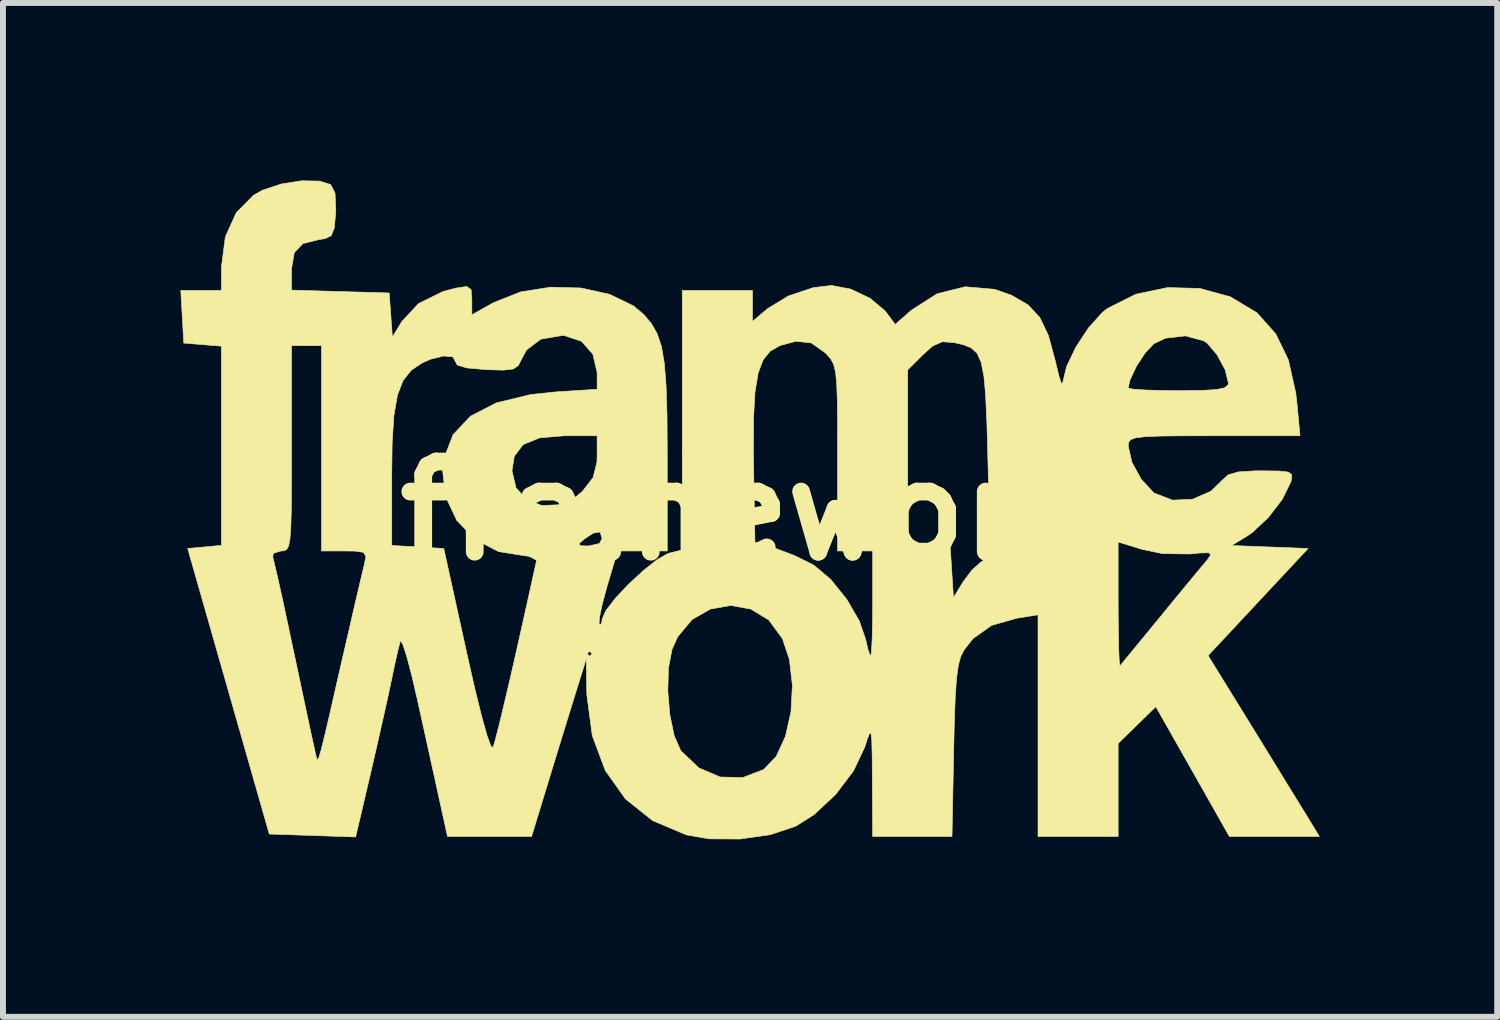
<source format=kicad_pcb>
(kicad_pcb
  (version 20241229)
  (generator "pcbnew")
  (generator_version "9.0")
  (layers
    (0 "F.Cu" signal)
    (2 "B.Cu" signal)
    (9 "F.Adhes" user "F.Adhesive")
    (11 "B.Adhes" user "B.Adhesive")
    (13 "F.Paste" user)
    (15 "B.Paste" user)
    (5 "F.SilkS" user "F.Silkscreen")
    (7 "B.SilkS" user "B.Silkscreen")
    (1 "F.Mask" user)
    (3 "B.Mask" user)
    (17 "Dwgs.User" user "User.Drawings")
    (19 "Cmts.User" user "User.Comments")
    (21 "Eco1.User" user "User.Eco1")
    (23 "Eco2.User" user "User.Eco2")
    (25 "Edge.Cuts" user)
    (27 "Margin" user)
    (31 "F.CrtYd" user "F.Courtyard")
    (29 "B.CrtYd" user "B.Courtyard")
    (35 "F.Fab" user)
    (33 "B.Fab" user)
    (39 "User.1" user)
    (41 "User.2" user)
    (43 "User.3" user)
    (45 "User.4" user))
  (footprint "framework"
    (layer "F.Cu")
    (at 9.581 5.584)
    (property "Reference" "framework" (at 0 0 180) (layer "F.SilkS") (effects (font (size 1.524 1.524) (thickness 0.3))))
    (attr through_hole)
    (fp_poly (pts (xy -7.227 -5.573) (xy -7.043 -5.515) (xy -6.969 -5.37) (xy -6.956 -5.072) (xy -6.959 -5.029) (xy -6.982 -4.78) (xy -7.032 -4.653) (xy -7.137 -4.601) (xy -7.239 -4.586) (xy -7.513 -4.517) (xy -7.658 -4.365) (xy -7.704 -4.095) (xy -7.705 -4.057) (xy -7.705 -3.731) (xy -6.054 -3.683) (xy -6.027 -3.31) (xy -6 -2.937) (xy -5.84 -3.2) (xy -5.559 -3.503) (xy -5.144 -3.708) (xy -4.932 -3.764) (xy -4.745 -3.793) (xy -4.67 -3.742) (xy -4.657 -3.575) (xy -4.657 -3.569) (xy -4.657 -3.314) (xy -4.289 -3.52) (xy -3.834 -3.7) (xy -3.326 -3.781) (xy -2.81 -3.767) (xy -2.328 -3.66) (xy -1.926 -3.465) (xy -1.753 -3.32) (xy -1.623 -3.166) (xy -1.525 -2.994) (xy -1.453 -2.779) (xy -1.405 -2.497) (xy -1.375 -2.122) (xy -1.359 -1.63) (xy -1.355 -0.996) (xy -1.355 -0.911) (xy -1.355 0.677) (xy -2.194 0.677) (xy -2.373 1.278) (xy -2.453 1.574) (xy -2.501 1.804) (xy -2.507 1.922) (xy -2.504 1.927) (xy -2.463 1.902) (xy -2.455 1.829) (xy -2.394 1.687) (xy -2.234 1.479) (xy -2.012 1.243) (xy -1.765 1.014) (xy -1.531 0.828) (xy -1.346 0.722) (xy -1.322 0.714) (xy -1.101 0.659) (xy -1.101 -0.98) (xy 0.101 -0.98) (xy 0.104 -0.79) (xy 0.127 0.532) (xy 0.481 0.636) (xy 0.79 0.752) (xy 1.091 0.9) (xy 1.131 0.924) (xy 1.411 1.161) (xy 1.679 1.495) (xy 1.891 1.861) (xy 1.998 2.171) (xy 2.042 2.361) (xy 2.08 2.454) (xy 2.084 2.455) (xy 2.097 2.376) (xy 2.108 2.163) (xy 2.115 1.851) (xy 2.117 1.589) (xy 6.265 1.589) (xy 6.268 1.987) (xy 6.274 2.312) (xy 6.283 2.532) (xy 6.295 2.618) (xy 6.296 2.618) (xy 6.359 2.542) (xy 6.507 2.362) (xy 6.719 2.104) (xy 6.973 1.795) (xy 6.987 1.778) (xy 7.253 1.453) (xy 7.49 1.166) (xy 7.672 0.947) (xy 7.771 0.828) (xy 7.831 0.744) (xy 7.799 0.708) (xy 7.647 0.711) (xy 7.482 0.728) (xy 7.017 0.722) (xy 6.668 0.649) (xy 6.265 0.525) (xy 6.265 1.589) (xy 2.117 1.589) (xy 2.117 1.566) (xy 2.117 0.677) (xy 1.524 0.677) (xy 1.524 -0.893) (xy 1.523 -1.444) (xy 1.52 -1.853) (xy 1.509 -2.143) (xy 1.49 -2.341) (xy 1.48 -2.384) (xy 2.709 -2.384) (xy 2.709 0.583) (xy 3.429 0.635) (xy 3.455 1.051) (xy 3.482 1.467) (xy 3.641 1.205) (xy 3.791 1.004) (xy 3.942 0.867) (xy 3.954 0.861) (xy 4.006 0.822) (xy 4.044 0.753) (xy 4.068 0.632) (xy 4.081 0.436) (xy 4.084 0.141) (xy 4.078 -0.276) (xy 4.065 -0.837) (xy 4.064 -0.878) (xy 4.047 -1.485) (xy 4.026 -1.945) (xy 4.015 -2.077) (xy 6.435 -2.077) (xy 6.513 -2.058) (xy 6.726 -2.043) (xy 7.035 -2.034) (xy 7.281 -2.032) (xy 7.674 -2.036) (xy 7.926 -2.051) (xy 8.066 -2.081) (xy 8.122 -2.13) (xy 8.128 -2.163) (xy 8.072 -2.388) (xy 7.937 -2.639) (xy 7.77 -2.834) (xy 7.709 -2.876) (xy 7.399 -2.958) (xy 7.065 -2.919) (xy 6.868 -2.825) (xy 6.723 -2.672) (xy 6.574 -2.444) (xy 6.465 -2.212) (xy 6.435 -2.077) (xy 4.015 -2.077) (xy 3.996 -2.28) (xy 3.95 -2.512) (xy 3.882 -2.663) (xy 3.784 -2.754) (xy 3.652 -2.808) (xy 3.495 -2.844) (xy 3.295 -2.859) (xy 3.13 -2.786) (xy 2.967 -2.641) (xy 2.709 -2.384) (xy 1.48 -2.384) (xy 1.458 -2.473) (xy 1.411 -2.564) (xy 1.346 -2.641) (xy 1.316 -2.671) (xy 1.081 -2.838) (xy 0.82 -2.867) (xy 0.552 -2.795) (xy 0.388 -2.703) (xy 0.266 -2.555) (xy 0.181 -2.33) (xy 0.128 -2.007) (xy 0.103 -1.564) (xy 0.101 -0.98) (xy -1.101 -0.98) (xy -1.101 -3.725) (xy 0.085 -3.725) (xy 0.085 -3.202) (xy 0.341 -3.418) (xy 0.692 -3.632) (xy 1.114 -3.773) (xy 1.421 -3.81) (xy 1.744 -3.749) (xy 2.073 -3.593) (xy 2.324 -3.382) (xy 2.339 -3.363) (xy 2.498 -3.152) (xy 2.771 -3.392) (xy 3.205 -3.669) (xy 3.682 -3.788) (xy 4.177 -3.745) (xy 4.46 -3.646) (xy 4.741 -3.483) (xy 4.941 -3.269) (xy 5.087 -2.964) (xy 5.204 -2.529) (xy 5.204 -2.529) (xy 5.262 -2.285) (xy 5.306 -2.153) (xy 5.327 -2.158) (xy 5.327 -2.164) (xy 5.394 -2.44) (xy 5.551 -2.769) (xy 5.764 -3.092) (xy 5.996 -3.351) (xy 6.084 -3.421) (xy 6.566 -3.662) (xy 7.1 -3.774) (xy 7.645 -3.76) (xy 8.16 -3.619) (xy 8.601 -3.354) (xy 8.615 -3.343) (xy 8.929 -2.991) (xy 9.142 -2.551) (xy 9.267 -1.993) (xy 9.288 -1.808) (xy 9.338 -1.27) (xy 7.886 -1.27) (xy 7.359 -1.269) (xy 6.978 -1.265) (xy 6.72 -1.254) (xy 6.559 -1.235) (xy 6.474 -1.203) (xy 6.441 -1.157) (xy 6.435 -1.096) (xy 6.497 -0.823) (xy 6.655 -0.534) (xy 6.862 -0.312) (xy 6.876 -0.301) (xy 7.182 -0.182) (xy 7.52 -0.196) (xy 7.833 -0.332) (xy 8.027 -0.521) (xy 8.127 -0.611) (xy 8.297 -0.659) (xy 8.579 -0.677) (xy 8.689 -0.677) (xy 8.984 -0.674) (xy 9.143 -0.656) (xy 9.201 -0.609) (xy 9.192 -0.52) (xy 9.182 -0.487) (xy 9.039 -0.196) (xy 8.804 0.11) (xy 8.533 0.364) (xy 8.441 0.427) (xy 8.181 0.585) (xy 8.828 0.61) (xy 9.475 0.635) (xy 8.63 1.54) (xy 7.785 2.445) (xy 8.532 3.656) (xy 8.797 4.086) (xy 9.045 4.49) (xy 9.257 4.835) (xy 9.413 5.088) (xy 9.473 5.186) (xy 9.666 5.503) (xy 8.146 5.503) (xy 6.902 3.308) (xy 6.584 3.618) (xy 6.265 3.929) (xy 6.265 5.503) (xy 4.911 5.503) (xy 4.911 1.756) (xy 4.551 1.814) (xy 4.126 1.935) (xy 3.813 2.157) (xy 3.663 2.347) (xy 3.606 2.457) (xy 3.564 2.61) (xy 3.534 2.831) (xy 3.512 3.148) (xy 3.496 3.586) (xy 3.486 4.039) (xy 3.457 5.503) (xy 2.117 5.503) (xy 2.111 4.551) (xy 2.108 4.141) (xy 2.102 3.883) (xy 2.089 3.76) (xy 2.066 3.755) (xy 2.028 3.85) (xy 1.985 3.987) (xy 1.794 4.391) (xy 1.491 4.792) (xy 1.124 5.134) (xy 0.815 5.329) (xy 0.385 5.472) (xy -0.127 5.545) (xy -0.644 5.542) (xy -1.032 5.475) (xy -1.602 5.234) (xy -2.06 4.869) (xy -2.402 4.387) (xy -2.622 3.797) (xy -2.714 3.106) (xy -2.715 3.048) (xy -1.345 3.048) (xy -1.311 3.448) (xy -1.237 3.801) (xy -1.129 4.047) (xy -1.127 4.051) (xy -0.823 4.342) (xy -0.462 4.497) (xy -0.079 4.506) (xy 0.275 4.371) (xy 0.487 4.149) (xy 0.643 3.81) (xy 0.736 3.395) (xy 0.76 2.948) (xy 0.71 2.512) (xy 0.591 2.156) (xy 0.361 1.844) (xy 0.058 1.659) (xy -0.282 1.598) (xy -0.625 1.658) (xy -0.936 1.836) (xy -1.179 2.128) (xy -1.275 2.343) (xy -1.335 2.66) (xy -1.345 3.048) (xy -2.715 3.048) (xy -2.716 3.013) (xy -2.723 2.498) (xy -2.934 3.175) (xy -3.058 3.575) (xy -3.205 4.054) (xy -3.35 4.527) (xy -3.396 4.678) (xy -3.648 5.503) (xy -5.068 5.503) (xy -5.203 4.889) (xy -5.275 4.561) (xy -5.371 4.125) (xy -5.478 3.639) (xy -5.581 3.175) (xy -5.672 2.783) (xy -5.754 2.472) (xy -5.819 2.267) (xy -5.86 2.194) (xy -5.866 2.201) (xy -5.905 2.349) (xy -5.962 2.602) (xy -6.011 2.836) (xy -6.071 3.12) (xy -6.159 3.516) (xy -6.262 3.971) (xy -6.367 4.427) (xy -6.621 5.51) (xy -8.08 5.461) (xy -9.417 0.783) (xy -8.021 0.783) (xy -7.992 0.897) (xy -7.934 1.148) (xy -7.854 1.507) (xy -7.76 1.946) (xy -7.67 2.371) (xy -7.565 2.864) (xy -7.47 3.313) (xy -7.391 3.685) (xy -7.333 3.949) (xy -7.307 4.064) (xy -7.291 4.14) (xy -7.277 4.192) (xy -7.262 4.204) (xy -7.238 4.158) (xy -7.203 4.035) (xy -7.149 3.819) (xy -7.072 3.492) (xy -6.968 3.036) (xy -6.83 2.432) (xy -6.825 2.413) (xy -6.719 1.953) (xy -6.623 1.535) (xy -6.543 1.194) (xy -6.489 0.967) (xy -6.475 0.91) (xy -6.448 0.768) (xy -6.489 0.7) (xy -6.634 0.679) (xy -6.806 0.677) (xy -7.197 0.677) (xy -7.197 -0.605) (xy -6.011 -0.605) (xy -6.011 0.584) (xy -5.572 0.609) (xy -5.132 0.635) (xy -4.746 2.39) (xy -4.611 2.987) (xy -4.495 3.457) (xy -4.403 3.788) (xy -4.337 3.971) (xy -4.299 3.998) (xy -4.261 3.871) (xy -4.194 3.609) (xy -4.105 3.239) (xy -4 2.792) (xy -3.914 2.413) (xy -2.709 2.413) (xy -2.667 2.455) (xy -2.625 2.413) (xy -2.667 2.371) (xy -2.709 2.413) (xy -3.914 2.413) (xy -3.897 2.338) (xy -3.789 1.856) (xy -3.695 1.434) (xy -3.621 1.098) (xy -3.572 0.876) (xy -3.556 0.793) (xy -3.628 0.768) (xy -3.737 0.762) (xy -4.208 0.687) (xy -4.453 0.558) (xy -2.852 0.558) (xy -2.816 0.589) (xy -2.683 0.593) (xy -2.501 0.551) (xy -2.455 0.466) (xy -2.491 0.356) (xy -2.607 0.376) (xy -2.747 0.468) (xy -2.852 0.558) (xy -4.453 0.558) (xy -4.606 0.478) (xy -4.911 0.161) (xy -5.1 -0.238) (xy -5.15 -0.677) (xy -3.979 -0.677) (xy -3.911 -0.389) (xy -3.73 -0.19) (xy -3.475 -0.091) (xy -3.184 -0.104) (xy -2.896 -0.239) (xy -2.787 -0.332) (xy -2.608 -0.564) (xy -2.543 -0.823) (xy -2.54 -0.925) (xy -2.54 -1.27) (xy -3.09 -1.27) (xy -3.51 -1.235) (xy -3.789 -1.122) (xy -3.94 -0.924) (xy -3.979 -0.677) (xy -5.15 -0.677) (xy -5.152 -0.692) (xy -5.128 -0.887) (xy -4.975 -1.286) (xy -4.682 -1.599) (xy -4.245 -1.825) (xy -3.664 -1.966) (xy -3.239 -2.011) (xy -2.54 -2.056) (xy -2.54 -2.34) (xy -2.612 -2.649) (xy -2.805 -2.867) (xy -3.091 -2.962) (xy -3.138 -2.963) (xy -3.493 -2.902) (xy -3.734 -2.719) (xy -3.813 -2.573) (xy -3.87 -2.458) (xy -3.958 -2.398) (xy -4.122 -2.379) (xy -4.409 -2.387) (xy -4.423 -2.388) (xy -4.742 -2.416) (xy -4.905 -2.466) (xy -4.932 -2.519) (xy -4.977 -2.603) (xy -5.133 -2.618) (xy -5.354 -2.564) (xy -5.496 -2.501) (xy -5.683 -2.376) (xy -5.82 -2.202) (xy -5.915 -1.957) (xy -5.974 -1.615) (xy -6.004 -1.152) (xy -6.011 -0.605) (xy -7.197 -0.605) (xy -7.197 -2.794) (xy -7.705 -2.794) (xy -7.705 -1.058) (xy -7.705 -0.475) (xy -7.708 -0.04) (xy -7.716 0.269) (xy -7.731 0.473) (xy -7.754 0.595) (xy -7.79 0.655) (xy -7.838 0.675) (xy -7.883 0.677) (xy -8.013 0.717) (xy -8.021 0.783) (xy -9.417 0.783) (xy -9.459 0.635) (xy -9.175 0.609) (xy -8.89 0.582) (xy -8.89 -2.784) (xy -9.207 -2.81) (xy -9.525 -2.836) (xy -9.576 -3.725) (xy -8.89 -3.725) (xy -8.888 -4.128) (xy -8.823 -4.63) (xy -8.639 -5.038) (xy -8.348 -5.333) (xy -8.194 -5.42) (xy -7.873 -5.526) (xy -7.53 -5.579) (xy -7.227 -5.573)) (stroke (width 0.01) (type solid)) (fill yes) (layer "F.SilkS")))
  (gr_rect
    (start -3 -3)
    (end 22.252 14.134)
    (stroke (width 0.1) (type default))
    (fill no)
    (layer "Edge.Cuts")))
</source>
